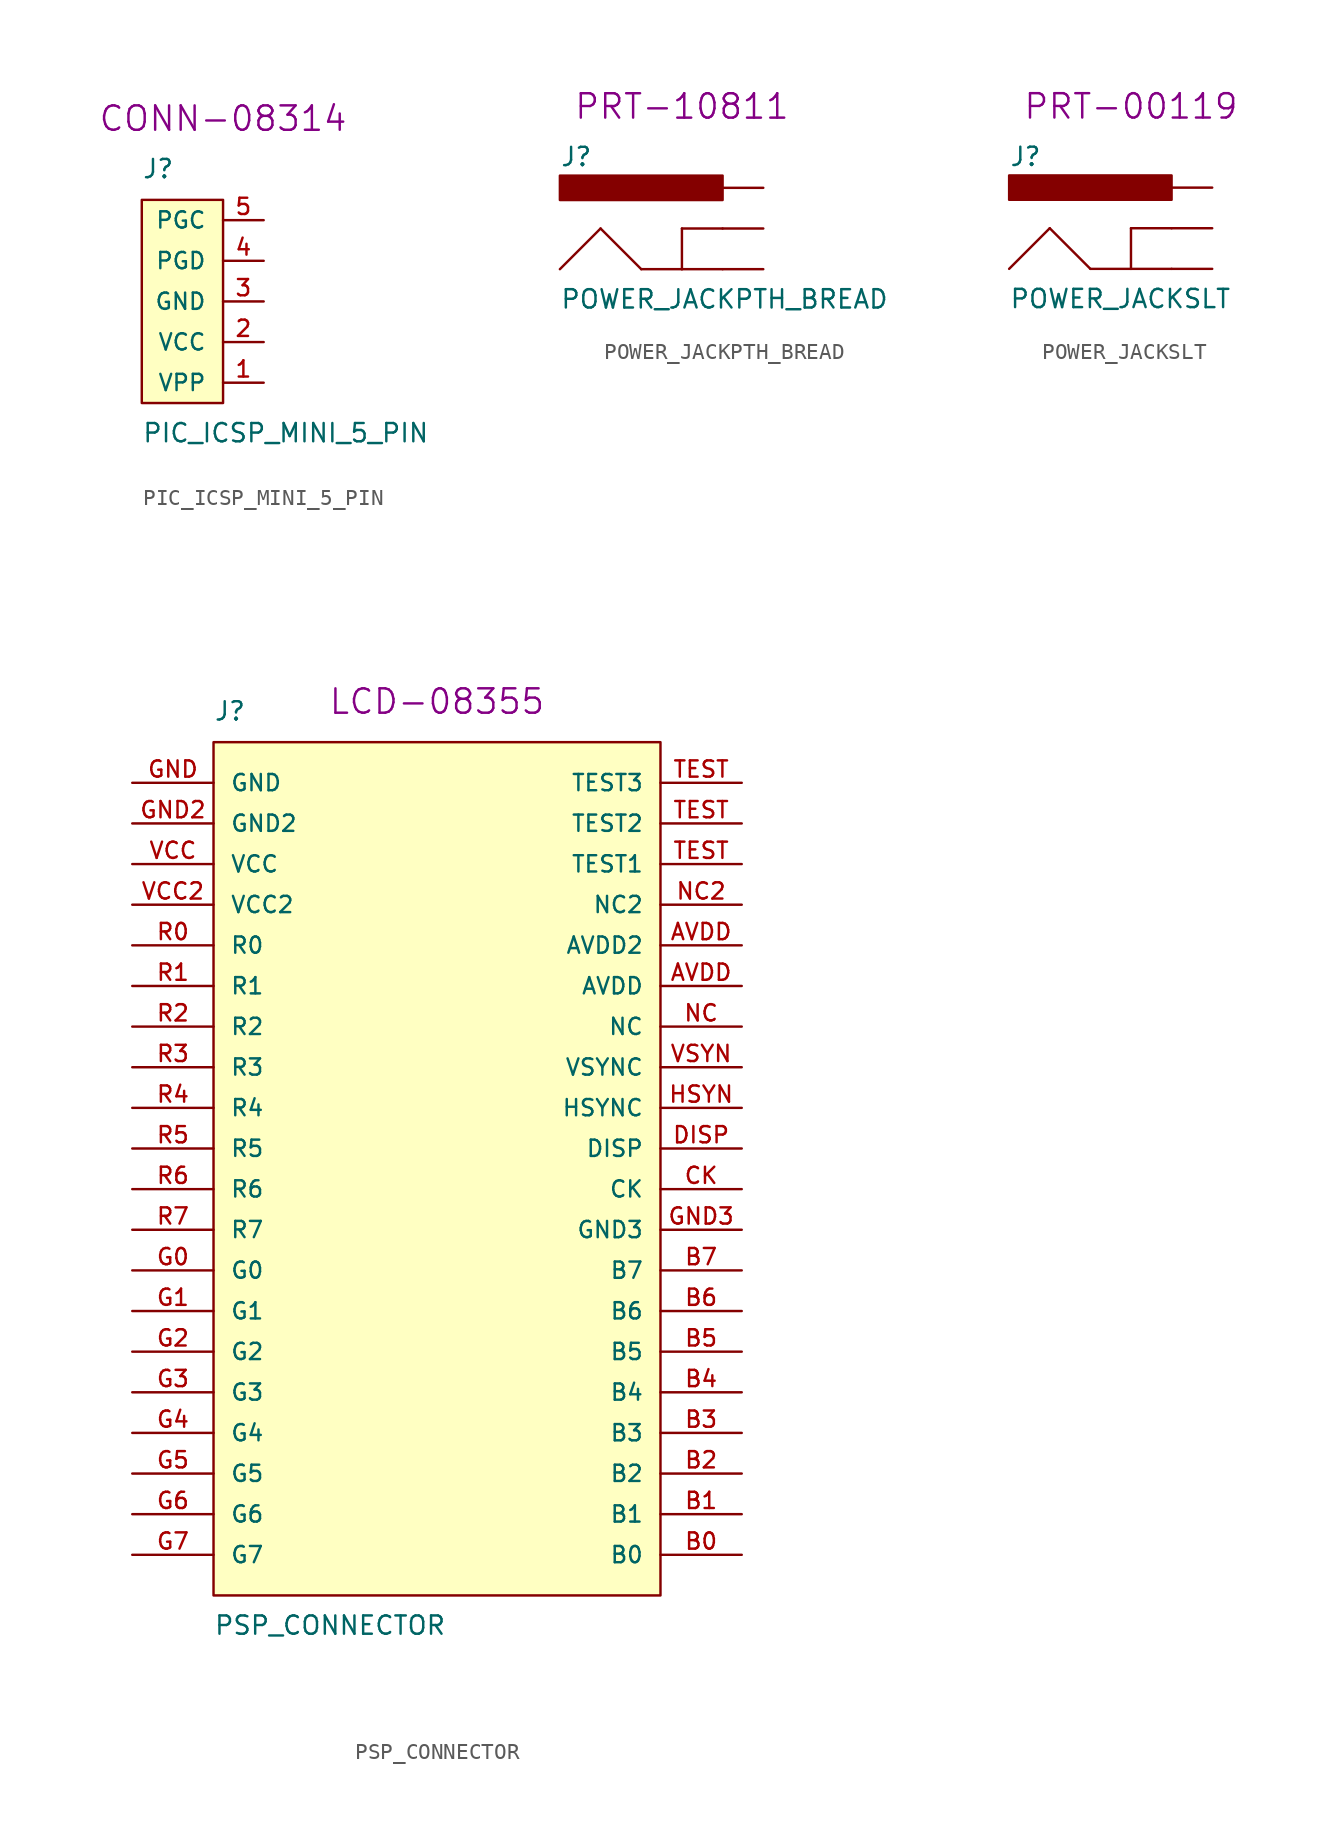
<source format=kicad_sym>
(kicad_symbol_lib
  (version 20220914)
  (generator kicad_symbol_editor)
  (symbol "PIC_ICSP_MINI_5_PIN"
    (pin_names
      (offset 1.016))
    (property "Reference" "J"
      (at -5.08 12.7 0)
      (effects (font (size 1.143 1.143)) (justify left bottom)))
    (property "Value" "PIC_ICSP_MINI_5_PIN"
      (at -5.08 -3.81 0)
      (effects (font (size 1.143 1.143)) (justify left bottom)))
    (property "Field4" "CONN-08314"
      (at 0 16.51 0)
      (effects (font (size 1.524 1.524))))
    (property "ki_locked" ""
      (at 0 0 0)
      (effects (font (size 1.27 1.27))))
    (symbol "PIC_ICSP_MINI_5_PIN_0_1"
      (rectangle (start 0 -1.27) (end -5.08 11.43) (stroke (width 0) (type solid)) (fill (type background))))
    (symbol "PIC_ICSP_MINI_5_PIN_1_1"
      (pin passive line (at 2.54 0 180) (length 2.54) (name "VPP" (effects (font (size 1.016 1.016)))) (number "1" (effects (font (size 1.016 1.016)))))
      (pin passive line (at 2.54 2.54 180) (length 2.54) (name "VCC" (effects (font (size 1.016 1.016)))) (number "2" (effects (font (size 1.016 1.016)))))
      (pin passive line (at 2.54 5.08 180) (length 2.54) (name "GND" (effects (font (size 1.016 1.016)))) (number "3" (effects (font (size 1.016 1.016)))))
      (pin passive line (at 2.54 7.62 180) (length 2.54) (name "PGD" (effects (font (size 1.016 1.016)))) (number "4" (effects (font (size 1.016 1.016)))))
      (pin passive line (at 2.54 10.16 180) (length 2.54) (name "PGC" (effects (font (size 1.016 1.016)))) (number "5" (effects (font (size 1.016 1.016)))))))
  (symbol "POWER_JACKPTH_BREAD"
    (pin_numbers hide)
    (pin_names
      (offset 1.016) hide)
    (property "Reference" "J"
      (at -7.62 3.81 0)
      (effects (font (size 1.143 1.143)) (justify left bottom)))
    (property "Value" "POWER_JACKPTH_BREAD"
      (at -7.62 -5.08 0)
      (effects (font (size 1.143 1.143)) (justify left bottom)))
    (property "Field4" "PRT-10811"
      (at 0 7.62 0)
      (effects (font (size 1.524 1.524))))
    (property "ki_locked" ""
      (at 0 0 0)
      (effects (font (size 1.27 1.27))))
    (symbol "POWER_JACKPTH_BREAD_1_0"
      (polyline (pts (xy -7.62 -2.54) (xy -5.08 0)) (stroke (width 0) (type solid)) (fill (type none)))
      (polyline (pts (xy -5.08 0) (xy -2.54 -2.54)) (stroke (width 0) (type solid)) (fill (type none)))
      (polyline (pts (xy -2.54 -2.54) (xy 0 -2.54)) (stroke (width 0) (type solid)) (fill (type none)))
      (polyline (pts (xy 0 -2.54) (xy 0 0)) (stroke (width 0) (type solid)) (fill (type none)))
      (polyline (pts (xy 0 -2.54) (xy 2.54 -2.54)) (stroke (width 0) (type solid)) (fill (type none)))
      (polyline (pts (xy 0 0) (xy 2.54 0)) (stroke (width 0) (type solid)) (fill (type none))))
    (symbol "POWER_JACKPTH_BREAD_1_1"
      (rectangle (start -7.62 1.778) (end 2.54 3.302) (stroke (width 0) (type solid)) (fill (type outline)))
      (pin bidirectional line (at 5.08 -2.54 180) (length 2.54) (name "GND" (effects (font (size 1.016 1.016)))) (number "GND" (effects (font (size 1.016 1.016)))))
      (pin bidirectional line (at 5.08 0 180) (length 2.54) (name "GNDBREAK" (effects (font (size 1.016 1.016)))) (number "GNDB" (effects (font (size 1.016 1.016)))))
      (pin bidirectional line (at 5.08 2.54 180) (length 2.54) (name "PWR" (effects (font (size 1.016 1.016)))) (number "PWR" (effects (font (size 1.016 1.016)))))))
  (symbol "POWER_JACKSLT"
    (pin_numbers hide)
    (pin_names
      (offset 1.016) hide)
    (property "Reference" "J"
      (at -7.62 3.81 0)
      (effects (font (size 1.143 1.143)) (justify left bottom)))
    (property "Value" "POWER_JACKSLT"
      (at -7.62 -5.08 0)
      (effects (font (size 1.143 1.143)) (justify left bottom)))
    (property "Field4" "PRT-00119"
      (at 0 7.62 0)
      (effects (font (size 1.524 1.524))))
    (property "ki_locked" ""
      (at 0 0 0)
      (effects (font (size 1.27 1.27))))
    (symbol "POWER_JACKSLT_1_0"
      (polyline (pts (xy -7.62 -2.54) (xy -5.08 0)) (stroke (width 0) (type solid)) (fill (type none)))
      (polyline (pts (xy -5.08 0) (xy -2.54 -2.54)) (stroke (width 0) (type solid)) (fill (type none)))
      (polyline (pts (xy -2.54 -2.54) (xy 0 -2.54)) (stroke (width 0) (type solid)) (fill (type none)))
      (polyline (pts (xy 0 -2.54) (xy 0 0)) (stroke (width 0) (type solid)) (fill (type none)))
      (polyline (pts (xy 0 -2.54) (xy 2.54 -2.54)) (stroke (width 0) (type solid)) (fill (type none)))
      (polyline (pts (xy 0 0) (xy 2.54 0)) (stroke (width 0) (type solid)) (fill (type none))))
    (symbol "POWER_JACKSLT_1_1"
      (rectangle (start -7.62 1.778) (end 2.54 3.302) (stroke (width 0) (type solid)) (fill (type outline)))
      (pin bidirectional line (at 5.08 -2.54 180) (length 2.54) (name "GND" (effects (font (size 1.016 1.016)))) (number "GND@" (effects (font (size 1.016 1.016)))))
      (pin bidirectional line (at 5.08 0 180) (length 2.54) (name "GNDBREAK" (effects (font (size 1.016 1.016)))) (number "GND@" (effects (font (size 1.016 1.016)))))
      (pin bidirectional line (at 5.08 2.54 180) (length 2.54) (name "PWR" (effects (font (size 1.016 1.016)))) (number "PWR" (effects (font (size 1.016 1.016)))))))
  (symbol "PSP_CONNECTOR"
    (pin_names
      (offset 1.016))
    (property "Reference" "J"
      (at -13.97 26.67 0)
      (effects (font (size 1.143 1.143)) (justify left bottom)))
    (property "Value" "PSP_CONNECTOR"
      (at -13.97 -30.48 0)
      (effects (font (size 1.143 1.143)) (justify left bottom)))
    (property "Field4" "LCD-08355"
      (at 0 27.94 0)
      (effects (font (size 1.524 1.524))))
    (property "ki_locked" ""
      (at 0 0 0)
      (effects (font (size 1.27 1.27))))
    (symbol "PSP_CONNECTOR_1_1"
      (polyline (pts (xy -13.97 25.4) (xy -13.97 -27.94) (xy 13.97 -27.94) (xy 13.97 25.4) (xy -13.97 25.4)) (stroke (width 0) (type solid)) (fill (type background)))
      (pin bidirectional line (at 19.05 10.16 180) (length 5.08) (name "AVDD" (effects (font (size 1.016 1.016)))) (number "AVDD" (effects (font (size 1.016 1.016)))))
      (pin bidirectional line (at 19.05 12.7 180) (length 5.08) (name "AVDD2" (effects (font (size 1.016 1.016)))) (number "AVDD" (effects (font (size 1.016 1.016)))))
      (pin bidirectional line (at 19.05 -25.4 180) (length 5.08) (name "B0" (effects (font (size 1.016 1.016)))) (number "B0" (effects (font (size 1.016 1.016)))))
      (pin bidirectional line (at 19.05 -22.86 180) (length 5.08) (name "B1" (effects (font (size 1.016 1.016)))) (number "B1" (effects (font (size 1.016 1.016)))))
      (pin bidirectional line (at 19.05 -20.32 180) (length 5.08) (name "B2" (effects (font (size 1.016 1.016)))) (number "B2" (effects (font (size 1.016 1.016)))))
      (pin bidirectional line (at 19.05 -17.78 180) (length 5.08) (name "B3" (effects (font (size 1.016 1.016)))) (number "B3" (effects (font (size 1.016 1.016)))))
      (pin bidirectional line (at 19.05 -15.24 180) (length 5.08) (name "B4" (effects (font (size 1.016 1.016)))) (number "B4" (effects (font (size 1.016 1.016)))))
      (pin bidirectional line (at 19.05 -12.7 180) (length 5.08) (name "B5" (effects (font (size 1.016 1.016)))) (number "B5" (effects (font (size 1.016 1.016)))))
      (pin bidirectional line (at 19.05 -10.16 180) (length 5.08) (name "B6" (effects (font (size 1.016 1.016)))) (number "B6" (effects (font (size 1.016 1.016)))))
      (pin bidirectional line (at 19.05 -7.62 180) (length 5.08) (name "B7" (effects (font (size 1.016 1.016)))) (number "B7" (effects (font (size 1.016 1.016)))))
      (pin bidirectional line (at 19.05 -2.54 180) (length 5.08) (name "CK" (effects (font (size 1.016 1.016)))) (number "CK" (effects (font (size 1.016 1.016)))))
      (pin bidirectional line (at 19.05 0 180) (length 5.08) (name "DISP" (effects (font (size 1.016 1.016)))) (number "DISP" (effects (font (size 1.016 1.016)))))
      (pin bidirectional line (at -19.05 -7.62 0) (length 5.08) (name "G0" (effects (font (size 1.016 1.016)))) (number "G0" (effects (font (size 1.016 1.016)))))
      (pin bidirectional line (at -19.05 -10.16 0) (length 5.08) (name "G1" (effects (font (size 1.016 1.016)))) (number "G1" (effects (font (size 1.016 1.016)))))
      (pin bidirectional line (at -19.05 -12.7 0) (length 5.08) (name "G2" (effects (font (size 1.016 1.016)))) (number "G2" (effects (font (size 1.016 1.016)))))
      (pin bidirectional line (at -19.05 -15.24 0) (length 5.08) (name "G3" (effects (font (size 1.016 1.016)))) (number "G3" (effects (font (size 1.016 1.016)))))
      (pin bidirectional line (at -19.05 -17.78 0) (length 5.08) (name "G4" (effects (font (size 1.016 1.016)))) (number "G4" (effects (font (size 1.016 1.016)))))
      (pin bidirectional line (at -19.05 -20.32 0) (length 5.08) (name "G5" (effects (font (size 1.016 1.016)))) (number "G5" (effects (font (size 1.016 1.016)))))
      (pin bidirectional line (at -19.05 -22.86 0) (length 5.08) (name "G6" (effects (font (size 1.016 1.016)))) (number "G6" (effects (font (size 1.016 1.016)))))
      (pin bidirectional line (at -19.05 -25.4 0) (length 5.08) (name "G7" (effects (font (size 1.016 1.016)))) (number "G7" (effects (font (size 1.016 1.016)))))
      (pin bidirectional line (at -19.05 22.86 0) (length 5.08) (name "GND" (effects (font (size 1.016 1.016)))) (number "GND" (effects (font (size 1.016 1.016)))))
      (pin bidirectional line (at -19.05 20.32 0) (length 5.08) (name "GND2" (effects (font (size 1.016 1.016)))) (number "GND2" (effects (font (size 1.016 1.016)))))
      (pin bidirectional line (at 19.05 -5.08 180) (length 5.08) (name "GND3" (effects (font (size 1.016 1.016)))) (number "GND3" (effects (font (size 1.016 1.016)))))
      (pin bidirectional line (at 19.05 2.54 180) (length 5.08) (name "HSYNC" (effects (font (size 1.016 1.016)))) (number "HSYN" (effects (font (size 1.016 1.016)))))
      (pin bidirectional line (at 19.05 7.62 180) (length 5.08) (name "NC" (effects (font (size 1.016 1.016)))) (number "NC" (effects (font (size 1.016 1.016)))))
      (pin bidirectional line (at 19.05 15.24 180) (length 5.08) (name "NC2" (effects (font (size 1.016 1.016)))) (number "NC2" (effects (font (size 1.016 1.016)))))
      (pin bidirectional line (at -19.05 12.7 0) (length 5.08) (name "R0" (effects (font (size 1.016 1.016)))) (number "R0" (effects (font (size 1.016 1.016)))))
      (pin bidirectional line (at -19.05 10.16 0) (length 5.08) (name "R1" (effects (font (size 1.016 1.016)))) (number "R1" (effects (font (size 1.016 1.016)))))
      (pin bidirectional line (at -19.05 7.62 0) (length 5.08) (name "R2" (effects (font (size 1.016 1.016)))) (number "R2" (effects (font (size 1.016 1.016)))))
      (pin bidirectional line (at -19.05 5.08 0) (length 5.08) (name "R3" (effects (font (size 1.016 1.016)))) (number "R3" (effects (font (size 1.016 1.016)))))
      (pin bidirectional line (at -19.05 2.54 0) (length 5.08) (name "R4" (effects (font (size 1.016 1.016)))) (number "R4" (effects (font (size 1.016 1.016)))))
      (pin bidirectional line (at -19.05 0 0) (length 5.08) (name "R5" (effects (font (size 1.016 1.016)))) (number "R5" (effects (font (size 1.016 1.016)))))
      (pin bidirectional line (at -19.05 -2.54 0) (length 5.08) (name "R6" (effects (font (size 1.016 1.016)))) (number "R6" (effects (font (size 1.016 1.016)))))
      (pin bidirectional line (at -19.05 -5.08 0) (length 5.08) (name "R7" (effects (font (size 1.016 1.016)))) (number "R7" (effects (font (size 1.016 1.016)))))
      (pin bidirectional line (at 19.05 17.78 180) (length 5.08) (name "TEST1" (effects (font (size 1.016 1.016)))) (number "TEST" (effects (font (size 1.016 1.016)))))
      (pin bidirectional line (at 19.05 20.32 180) (length 5.08) (name "TEST2" (effects (font (size 1.016 1.016)))) (number "TEST" (effects (font (size 1.016 1.016)))))
      (pin bidirectional line (at 19.05 22.86 180) (length 5.08) (name "TEST3" (effects (font (size 1.016 1.016)))) (number "TEST" (effects (font (size 1.016 1.016)))))
      (pin bidirectional line (at -19.05 17.78 0) (length 5.08) (name "VCC" (effects (font (size 1.016 1.016)))) (number "VCC" (effects (font (size 1.016 1.016)))))
      (pin bidirectional line (at -19.05 15.24 0) (length 5.08) (name "VCC2" (effects (font (size 1.016 1.016)))) (number "VCC2" (effects (font (size 1.016 1.016)))))
      (pin bidirectional line (at 19.05 5.08 180) (length 5.08) (name "VSYNC" (effects (font (size 1.016 1.016)))) (number "VSYN" (effects (font (size 1.016 1.016))))))))
</source>
